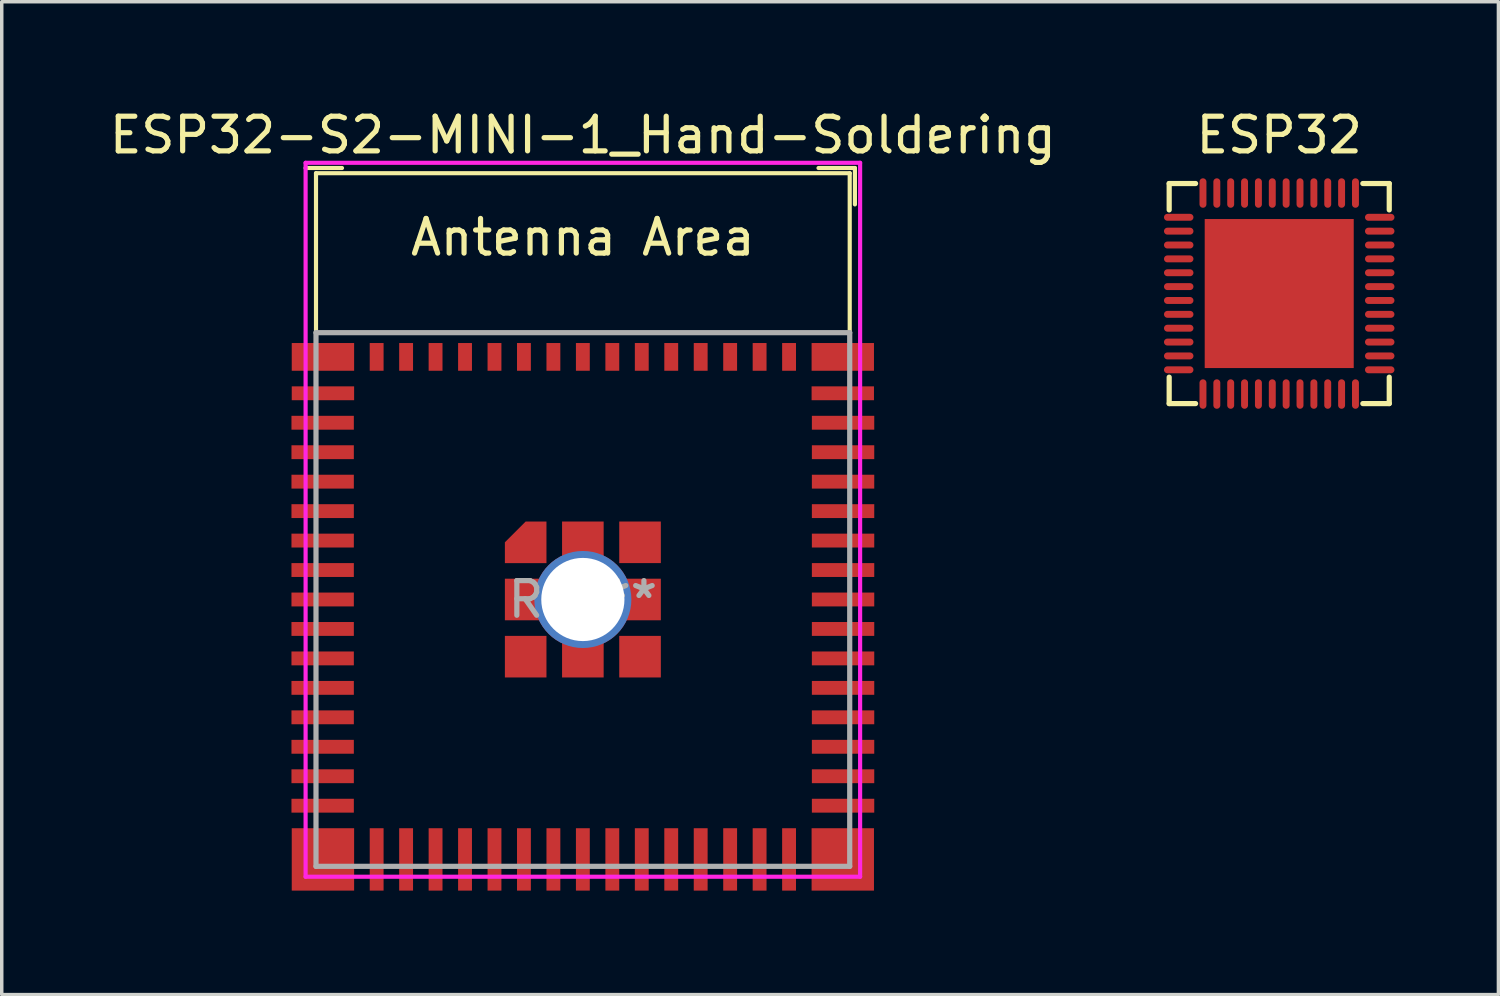
<source format=kicad_pcb>
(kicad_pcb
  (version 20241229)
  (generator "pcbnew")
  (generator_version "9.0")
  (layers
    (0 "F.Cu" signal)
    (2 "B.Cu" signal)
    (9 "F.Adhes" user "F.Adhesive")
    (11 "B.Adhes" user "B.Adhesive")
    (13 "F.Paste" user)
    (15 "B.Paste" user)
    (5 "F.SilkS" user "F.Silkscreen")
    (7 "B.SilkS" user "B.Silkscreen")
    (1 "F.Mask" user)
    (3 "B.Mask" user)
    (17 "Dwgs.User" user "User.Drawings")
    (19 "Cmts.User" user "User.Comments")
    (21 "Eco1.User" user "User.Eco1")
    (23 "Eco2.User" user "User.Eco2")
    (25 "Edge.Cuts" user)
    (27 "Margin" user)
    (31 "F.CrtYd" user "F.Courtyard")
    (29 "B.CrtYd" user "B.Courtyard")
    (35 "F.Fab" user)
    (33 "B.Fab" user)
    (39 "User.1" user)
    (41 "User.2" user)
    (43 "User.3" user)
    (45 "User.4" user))
  (footprint "ESP32-S2-MINI-1_Hand-Soldering"
    (layer "F.Cu")
    (at 13.768 14.248)
    (property "Reference" "ESP32-S2-MINI-1_Hand-Soldering" (at 0 -13.4 0) (layer "F.SilkS") (effects (font (size 1 1) (thickness 0.15))))
    (attr smd)
    (fp_line (start -8 -12.45) (end -6.95 -12.45) (stroke (width 0.12) (type solid)) (layer "F.SilkS"))
    (fp_line (start -7.7 -12.3) (end -7.7 -7.7) (stroke (width 0.12) (type solid)) (layer "F.SilkS"))
    (fp_line (start -7.7 -12.3) (end 7.7 -12.3) (stroke (width 0.12) (type solid)) (layer "F.SilkS"))
    (fp_line (start 6.8 -12.45) (end 7.85 -12.45) (stroke (width 0.12) (type solid)) (layer "F.SilkS"))
    (fp_line (start 7.7 -12.3) (end 7.7 -7.7) (stroke (width 0.12) (type solid)) (layer "F.SilkS"))
    (fp_line (start 7.85 -12.45) (end 7.85 -11.4) (stroke (width 0.12) (type solid)) (layer "F.SilkS"))
    (fp_line (start -8 -12.6) (end -8 8) (stroke (width 0.12) (type solid)) (layer "F.CrtYd"))
    (fp_line (start -8 8) (end 8 8) (stroke (width 0.12) (type solid)) (layer "F.CrtYd"))
    (fp_line (start 8 -12.6) (end -8 -12.6) (stroke (width 0.12) (type solid)) (layer "F.CrtYd"))
    (fp_line (start 8 8) (end 8 -12.6) (stroke (width 0.12) (type solid)) (layer "F.CrtYd"))
    (fp_line (start -7.7 -7.7) (end -7.7 7.7) (stroke (width 0.15) (type solid)) (layer "F.Fab"))
    (fp_line (start -7.7 7.7) (end 7.7 7.7) (stroke (width 0.15) (type solid)) (layer "F.Fab"))
    (fp_line (start 7.7 -7.7) (end -7.7 -7.7) (stroke (width 0.15) (type solid)) (layer "F.Fab"))
    (fp_line (start 7.7 7.7) (end 7.7 -7.7) (stroke (width 0.15) (type solid)) (layer "F.Fab"))
    (fp_text user "Antenna Area" (at 0 -10.45 0) (layer "F.SilkS") (effects (font (size 1 1) (thickness 0.15))))
    (fp_text user "REF**" (at 0 0 0) (layer "F.Fab") (effects (font (size 1 1) (thickness 0.15))))
    (pad "1" smd rect (at -7.5 -5.95 90) (size 0.4 1.8) (layers "F.Cu" "F.Mask" "F.Paste"))
    (pad "2" smd rect (at -7.508 -5.1 90) (size 0.4 1.8) (layers "F.Cu" "F.Mask" "F.Paste"))
    (pad "3" smd rect (at -7.508 -4.25 90) (size 0.4 1.8) (layers "F.Cu" "F.Mask" "F.Paste"))
    (pad "4" smd rect (at -7.508 -3.4 90) (size 0.4 1.8) (layers "F.Cu" "F.Mask" "F.Paste"))
    (pad "5" smd rect (at -7.508 -2.55 90) (size 0.4 1.8) (layers "F.Cu" "F.Mask" "F.Paste"))
    (pad "6" smd rect (at -7.508 -1.7 90) (size 0.4 1.8) (layers "F.Cu" "F.Mask" "F.Paste"))
    (pad "7" smd rect (at -7.508 -0.85 90) (size 0.4 1.8) (layers "F.Cu" "F.Mask" "F.Paste"))
    (pad "8" smd rect (at -7.508 0 90) (size 0.4 1.8) (layers "F.Cu" "F.Mask" "F.Paste"))
    (pad "9" smd rect (at -7.508 0.85 90) (size 0.4 1.8) (layers "F.Cu" "F.Mask" "F.Paste"))
    (pad "10" smd rect (at -7.508 1.7 90) (size 0.4 1.8) (layers "F.Cu" "F.Mask" "F.Paste"))
    (pad "11" smd rect (at -7.508 2.55 90) (size 0.4 1.8) (layers "F.Cu" "F.Mask" "F.Paste"))
    (pad "12" smd rect (at -7.508 3.4 90) (size 0.4 1.8) (layers "F.Cu" "F.Mask" "F.Paste"))
    (pad "13" smd rect (at -7.508 4.25 90) (size 0.4 1.8) (layers "F.Cu" "F.Mask" "F.Paste"))
    (pad "14" smd rect (at -7.508 5.1 90) (size 0.4 1.8) (layers "F.Cu" "F.Mask" "F.Paste"))
    (pad "15" smd rect (at -7.508 5.95 90) (size 0.4 1.8) (layers "F.Cu" "F.Mask" "F.Paste"))
    (pad "16" smd rect (at -5.95 7.5) (size 0.4 1.8) (layers "F.Cu" "F.Mask" "F.Paste"))
    (pad "17" smd rect (at -5.1 7.5) (size 0.4 1.8) (layers "F.Cu" "F.Mask" "F.Paste"))
    (pad "18" smd rect (at -4.25 7.5) (size 0.4 1.8) (layers "F.Cu" "F.Mask" "F.Paste"))
    (pad "19" smd rect (at -3.4 7.5) (size 0.4 1.8) (layers "F.Cu" "F.Mask" "F.Paste"))
    (pad "20" smd rect (at -2.55 7.5) (size 0.4 1.8) (layers "F.Cu" "F.Mask" "F.Paste"))
    (pad "21" smd rect (at -1.7 7.5) (size 0.4 1.8) (layers "F.Cu" "F.Mask" "F.Paste"))
    (pad "22" smd rect (at -0.85 7.5) (size 0.4 1.8) (layers "F.Cu" "F.Mask" "F.Paste"))
    (pad "23" smd rect (at 0 7.5) (size 0.4 1.8) (layers "F.Cu" "F.Mask" "F.Paste"))
    (pad "24" smd rect (at 0.85 7.5) (size 0.4 1.8) (layers "F.Cu" "F.Mask" "F.Paste"))
    (pad "25" smd rect (at 1.7 7.5) (size 0.4 1.8) (layers "F.Cu" "F.Mask" "F.Paste"))
    (pad "26" smd rect (at 2.55 7.5) (size 0.4 1.8) (layers "F.Cu" "F.Mask" "F.Paste"))
    (pad "27" smd rect (at 3.4 7.5) (size 0.4 1.8) (layers "F.Cu" "F.Mask" "F.Paste"))
    (pad "28" smd rect (at 4.25 7.5) (size 0.4 1.8) (layers "F.Cu" "F.Mask" "F.Paste"))
    (pad "29" smd rect (at 5.1 7.5) (size 0.4 1.8) (layers "F.Cu" "F.Mask" "F.Paste"))
    (pad "30" smd rect (at 5.95 7.5) (size 0.4 1.8) (layers "F.Cu" "F.Mask" "F.Paste"))
    (pad "31" smd rect (at 7.508 5.95 90) (size 0.4 1.8) (layers "F.Cu" "F.Mask" "F.Paste"))
    (pad "32" smd rect (at 7.508 5.1 90) (size 0.4 1.8) (layers "F.Cu" "F.Mask" "F.Paste"))
    (pad "33" smd rect (at 7.508 4.25 90) (size 0.4 1.8) (layers "F.Cu" "F.Mask" "F.Paste"))
    (pad "34" smd rect (at 7.508 3.4 90) (size 0.4 1.8) (layers "F.Cu" "F.Mask" "F.Paste"))
    (pad "35" smd rect (at 7.508 2.55 90) (size 0.4 1.8) (layers "F.Cu" "F.Mask" "F.Paste"))
    (pad "36" smd rect (at 7.508 1.7 90) (size 0.4 1.8) (layers "F.Cu" "F.Mask" "F.Paste"))
    (pad "37" smd rect (at 7.508 0.85 90) (size 0.4 1.8) (layers "F.Cu" "F.Mask" "F.Paste"))
    (pad "38" smd rect (at 7.508 0 90) (size 0.4 1.8) (layers "F.Cu" "F.Mask" "F.Paste"))
    (pad "39" smd rect (at 7.508 -0.85 90) (size 0.4 1.8) (layers "F.Cu" "F.Mask" "F.Paste"))
    (pad "40" smd rect (at 7.508 -1.7 90) (size 0.4 1.8) (layers "F.Cu" "F.Mask" "F.Paste"))
    (pad "41" smd rect (at 7.508 -2.55 90) (size 0.4 1.8) (layers "F.Cu" "F.Mask" "F.Paste"))
    (pad "42" smd rect (at 7.508 -3.4 90) (size 0.4 1.8) (layers "F.Cu" "F.Mask" "F.Paste"))
    (pad "43" smd rect (at 7.508 -4.25 90) (size 0.4 1.8) (layers "F.Cu" "F.Mask" "F.Paste"))
    (pad "44" smd rect (at 7.508 -5.1 90) (size 0.4 1.8) (layers "F.Cu" "F.Mask" "F.Paste"))
    (pad "45" smd rect (at 7.5 -5.95 90) (size 0.4 1.8) (layers "F.Cu" "F.Mask" "F.Paste"))
    (pad "46" smd rect (at -7.5 -7 180) (size 1.8 0.8) (layers "F.Cu" "F.Mask" "F.Paste"))
    (pad "46" smd rect (at -7.5 7.5 180) (size 1.8 1.8) (layers "F.Cu" "F.Mask" "F.Paste"))
    (pad "46" smd rect (at -5.95 -7) (size 0.4 0.8) (layers "F.Cu" "F.Mask" "F.Paste"))
    (pad "46" smd rect (at -5.1 -7) (size 0.4 0.8) (layers "F.Cu" "F.Mask" "F.Paste"))
    (pad "46" smd rect (at -4.25 -7) (size 0.4 0.8) (layers "F.Cu" "F.Mask" "F.Paste"))
    (pad "46" smd rect (at -3.4 -7) (size 0.4 0.8) (layers "F.Cu" "F.Mask" "F.Paste"))
    (pad "46" smd rect (at -2.55 -7) (size 0.4 0.8) (layers "F.Cu" "F.Mask" "F.Paste"))
    (pad "46" smd rect (at -1.7 -7) (size 0.4 0.8) (layers "F.Cu" "F.Mask" "F.Paste"))
    (pad "46" smd custom (at -1.65 -1.65) (size 0.6 0.6) (layers "F.Cu" "F.Mask" "F.Paste") (options (anchor rect)) (primitives (gr_poly (pts (xy -0.6 0.6) (xy 0.6 0.6) (xy 0.6 -0.6) (xy 0 -0.6) (xy -0.6 0)) (width 0) (fill yes))))
    (pad "46" smd rect (at -1.65 0) (size 1.2 1.2) (layers "F.Cu" "F.Mask" "F.Paste"))
    (pad "46" smd rect (at -1.65 1.65) (size 1.2 1.2) (layers "F.Cu" "F.Mask" "F.Paste"))
    (pad "46" smd rect (at -0.85 -7) (size 0.4 0.8) (layers "F.Cu" "F.Mask" "F.Paste"))
    (pad "46" smd rect (at 0 -7) (size 0.4 0.8) (layers "F.Cu" "F.Mask" "F.Paste"))
    (pad "46" smd rect (at 0 -1.65) (size 1.2 1.2) (layers "F.Cu" "F.Mask" "F.Paste"))
    (pad "46" thru_hole circle (at 0 0) (size 2.8 2.8) (drill 2.4) (layers "*.Cu" "*.Mask"))
    (pad "46" smd rect (at 0 1.65) (size 1.2 1.2) (layers "F.Cu" "F.Mask" "F.Paste"))
    (pad "46" smd rect (at 0.85 -7) (size 0.4 0.8) (layers "F.Cu" "F.Mask" "F.Paste"))
    (pad "46" smd rect (at 1.65 -1.65) (size 1.2 1.2) (layers "F.Cu" "F.Mask" "F.Paste"))
    (pad "46" smd rect (at 1.65 0) (size 1.2 1.2) (layers "F.Cu" "F.Mask" "F.Paste"))
    (pad "46" smd rect (at 1.65 1.65) (size 1.2 1.2) (layers "F.Cu" "F.Mask" "F.Paste"))
    (pad "46" smd rect (at 1.7 -7) (size 0.4 0.8) (layers "F.Cu" "F.Mask" "F.Paste"))
    (pad "46" smd rect (at 2.55 -7) (size 0.4 0.8) (layers "F.Cu" "F.Mask" "F.Paste"))
    (pad "46" smd rect (at 3.4 -7) (size 0.4 0.8) (layers "F.Cu" "F.Mask" "F.Paste"))
    (pad "46" smd rect (at 4.25 -7) (size 0.4 0.8) (layers "F.Cu" "F.Mask" "F.Paste"))
    (pad "46" smd rect (at 5.1 -7) (size 0.4 0.8) (layers "F.Cu" "F.Mask" "F.Paste"))
    (pad "46" smd rect (at 5.95 -7) (size 0.4 0.8) (layers "F.Cu" "F.Mask" "F.Paste"))
    (pad "46" smd rect (at 7.5 -7 180) (size 1.8 0.8) (layers "F.Cu" "F.Mask" "F.Paste"))
    (pad "46" smd rect (at 7.5 7.5 180) (size 1.8 1.8) (layers "F.Cu" "F.Mask" "F.Paste")))
  (footprint "ESP32"
    (layer "F.Cu")
    (at 33.861 5.42)
    (property "Reference" "ESP32" (at 0 -4.572 0) (layer "F.SilkS") (effects (font (size 1 1) (thickness 0.15))))
    (attr through_hole)
    (fp_line (start -3.175 -3.175) (end -3.175 -2.413) (stroke (width 0.15) (type solid)) (layer "F.SilkS"))
    (fp_line (start -3.175 2.413) (end -3.175 3.175) (stroke (width 0.15) (type solid)) (layer "F.SilkS"))
    (fp_line (start -3.175 3.175) (end -2.413 3.175) (stroke (width 0.15) (type solid)) (layer "F.SilkS"))
    (fp_line (start -2.413 -3.175) (end -3.175 -3.175) (stroke (width 0.15) (type solid)) (layer "F.SilkS"))
    (fp_line (start 2.413 -3.175) (end 3.175 -3.175) (stroke (width 0.15) (type solid)) (layer "F.SilkS"))
    (fp_line (start 3.175 -3.175) (end 3.175 -2.413) (stroke (width 0.15) (type solid)) (layer "F.SilkS"))
    (fp_line (start 3.175 2.413) (end 3.175 3.175) (stroke (width 0.15) (type solid)) (layer "F.SilkS"))
    (fp_line (start 3.175 3.175) (end 2.413 3.175) (stroke (width 0.15) (type solid)) (layer "F.SilkS"))
    (pad "1" smd oval (at -2.9 2.2) (size 0.85 0.2) (layers "F.Cu" "F.Mask" "F.Paste"))
    (pad "2" smd oval (at -2.9 1.8) (size 0.85 0.2) (layers "F.Cu" "F.Mask" "F.Paste"))
    (pad "3" smd oval (at -2.9 1.4) (size 0.85 0.2) (layers "F.Cu" "F.Mask" "F.Paste"))
    (pad "4" smd oval (at -2.9 1) (size 0.85 0.2) (layers "F.Cu" "F.Mask" "F.Paste"))
    (pad "5" smd oval (at -2.9 0.6) (size 0.85 0.2) (layers "F.Cu" "F.Mask" "F.Paste"))
    (pad "6" smd oval (at -2.9 0.2) (size 0.85 0.2) (layers "F.Cu" "F.Mask" "F.Paste"))
    (pad "7" smd oval (at -2.9 -0.2) (size 0.85 0.2) (layers "F.Cu" "F.Mask" "F.Paste"))
    (pad "8" smd oval (at -2.9 -0.6) (size 0.85 0.2) (layers "F.Cu" "F.Mask" "F.Paste"))
    (pad "9" smd oval (at -2.9 -1) (size 0.85 0.2) (layers "F.Cu" "F.Mask" "F.Paste"))
    (pad "10" smd oval (at -2.9 -1.4) (size 0.85 0.2) (layers "F.Cu" "F.Mask" "F.Paste"))
    (pad "11" smd oval (at -2.9 -1.8) (size 0.85 0.2) (layers "F.Cu" "F.Mask" "F.Paste"))
    (pad "12" smd oval (at -2.9 -2.2) (size 0.85 0.2) (layers "F.Cu" "F.Mask" "F.Paste"))
    (pad "13" smd oval (at -2.2 -2.9) (size 0.2 0.85) (layers "F.Cu" "F.Mask" "F.Paste"))
    (pad "14" smd oval (at -1.8 -2.9) (size 0.2 0.85) (layers "F.Cu" "F.Mask" "F.Paste"))
    (pad "15" smd oval (at -1.4 -2.9) (size 0.2 0.85) (layers "F.Cu" "F.Mask" "F.Paste"))
    (pad "16" smd oval (at -1 -2.9) (size 0.2 0.85) (layers "F.Cu" "F.Mask" "F.Paste"))
    (pad "17" smd oval (at -0.6 -2.9) (size 0.2 0.85) (layers "F.Cu" "F.Mask" "F.Paste"))
    (pad "18" smd oval (at -0.2 -2.9) (size 0.2 0.85) (layers "F.Cu" "F.Mask" "F.Paste"))
    (pad "19" smd oval (at 0.2 -2.9) (size 0.2 0.85) (layers "F.Cu" "F.Mask" "F.Paste"))
    (pad "20" smd oval (at 0.6 -2.9) (size 0.2 0.85) (layers "F.Cu" "F.Mask" "F.Paste"))
    (pad "21" smd oval (at 1 -2.9) (size 0.2 0.85) (layers "F.Cu" "F.Mask" "F.Paste"))
    (pad "22" smd oval (at 1.4 -2.9) (size 0.2 0.85) (layers "F.Cu" "F.Mask" "F.Paste"))
    (pad "23" smd oval (at 1.8 -2.9) (size 0.2 0.85) (layers "F.Cu" "F.Mask" "F.Paste"))
    (pad "24" smd oval (at 2.2 -2.9) (size 0.2 0.85) (layers "F.Cu" "F.Mask" "F.Paste"))
    (pad "25" smd oval (at 2.9 -2.2) (size 0.85 0.2) (layers "F.Cu" "F.Mask" "F.Paste"))
    (pad "26" smd oval (at 2.9 -1.8) (size 0.85 0.2) (layers "F.Cu" "F.Mask" "F.Paste"))
    (pad "27" smd oval (at 2.9 -1.4) (size 0.85 0.2) (layers "F.Cu" "F.Mask" "F.Paste"))
    (pad "28" smd oval (at 2.9 -1) (size 0.85 0.2) (layers "F.Cu" "F.Mask" "F.Paste"))
    (pad "29" smd oval (at 2.9 -0.6) (size 0.85 0.2) (layers "F.Cu" "F.Mask" "F.Paste"))
    (pad "30" smd oval (at 2.9 -0.2) (size 0.85 0.2) (layers "F.Cu" "F.Mask" "F.Paste"))
    (pad "31" smd oval (at 2.9 0.2) (size 0.85 0.2) (layers "F.Cu" "F.Mask" "F.Paste"))
    (pad "32" smd oval (at 2.9 0.6) (size 0.85 0.2) (layers "F.Cu" "F.Mask" "F.Paste"))
    (pad "33" smd oval (at 2.9 1) (size 0.85 0.2) (layers "F.Cu" "F.Mask" "F.Paste"))
    (pad "34" smd oval (at 2.9 1.4) (size 0.85 0.2) (layers "F.Cu" "F.Mask" "F.Paste"))
    (pad "35" smd oval (at 2.9 1.8) (size 0.85 0.2) (layers "F.Cu" "F.Mask" "F.Paste"))
    (pad "36" smd oval (at 2.9 2.2) (size 0.85 0.2) (layers "F.Cu" "F.Mask" "F.Paste"))
    (pad "37" smd oval (at 2.2 2.9) (size 0.2 0.85) (layers "F.Cu" "F.Mask" "F.Paste"))
    (pad "38" smd oval (at 1.8 2.9) (size 0.2 0.85) (layers "F.Cu" "F.Mask" "F.Paste"))
    (pad "39" smd oval (at 1.4 2.9) (size 0.2 0.85) (layers "F.Cu" "F.Mask" "F.Paste"))
    (pad "40" smd oval (at 1 2.9) (size 0.2 0.85) (layers "F.Cu" "F.Mask" "F.Paste"))
    (pad "41" smd oval (at 0.6 2.9) (size 0.2 0.85) (layers "F.Cu" "F.Mask" "F.Paste"))
    (pad "42" smd oval (at 0.2 2.9) (size 0.2 0.85) (layers "F.Cu" "F.Mask" "F.Paste"))
    (pad "43" smd oval (at -0.2 2.9) (size 0.2 0.85) (layers "F.Cu" "F.Mask" "F.Paste"))
    (pad "44" smd oval (at -0.6 2.9) (size 0.2 0.85) (layers "F.Cu" "F.Mask" "F.Paste"))
    (pad "45" smd oval (at -1 2.9) (size 0.2 0.85) (layers "F.Cu" "F.Mask" "F.Paste"))
    (pad "46" smd oval (at -1.4 2.9) (size 0.2 0.85) (layers "F.Cu" "F.Mask" "F.Paste"))
    (pad "47" smd oval (at -1.8 2.9) (size 0.2 0.85) (layers "F.Cu" "F.Mask" "F.Paste"))
    (pad "48" smd oval (at -2.2 2.9) (size 0.2 0.85) (layers "F.Cu" "F.Mask" "F.Paste"))
    (pad "49" smd rect (at 0 0) (size 4.3 4.3) (layers "F.Cu" "F.Mask" "F.Paste")))
  (gr_rect
    (start -3 -3)
    (end 40.186 25.648)
    (stroke (width 0.1) (type default))
    (fill no)
    (layer "Edge.Cuts")))
</source>
